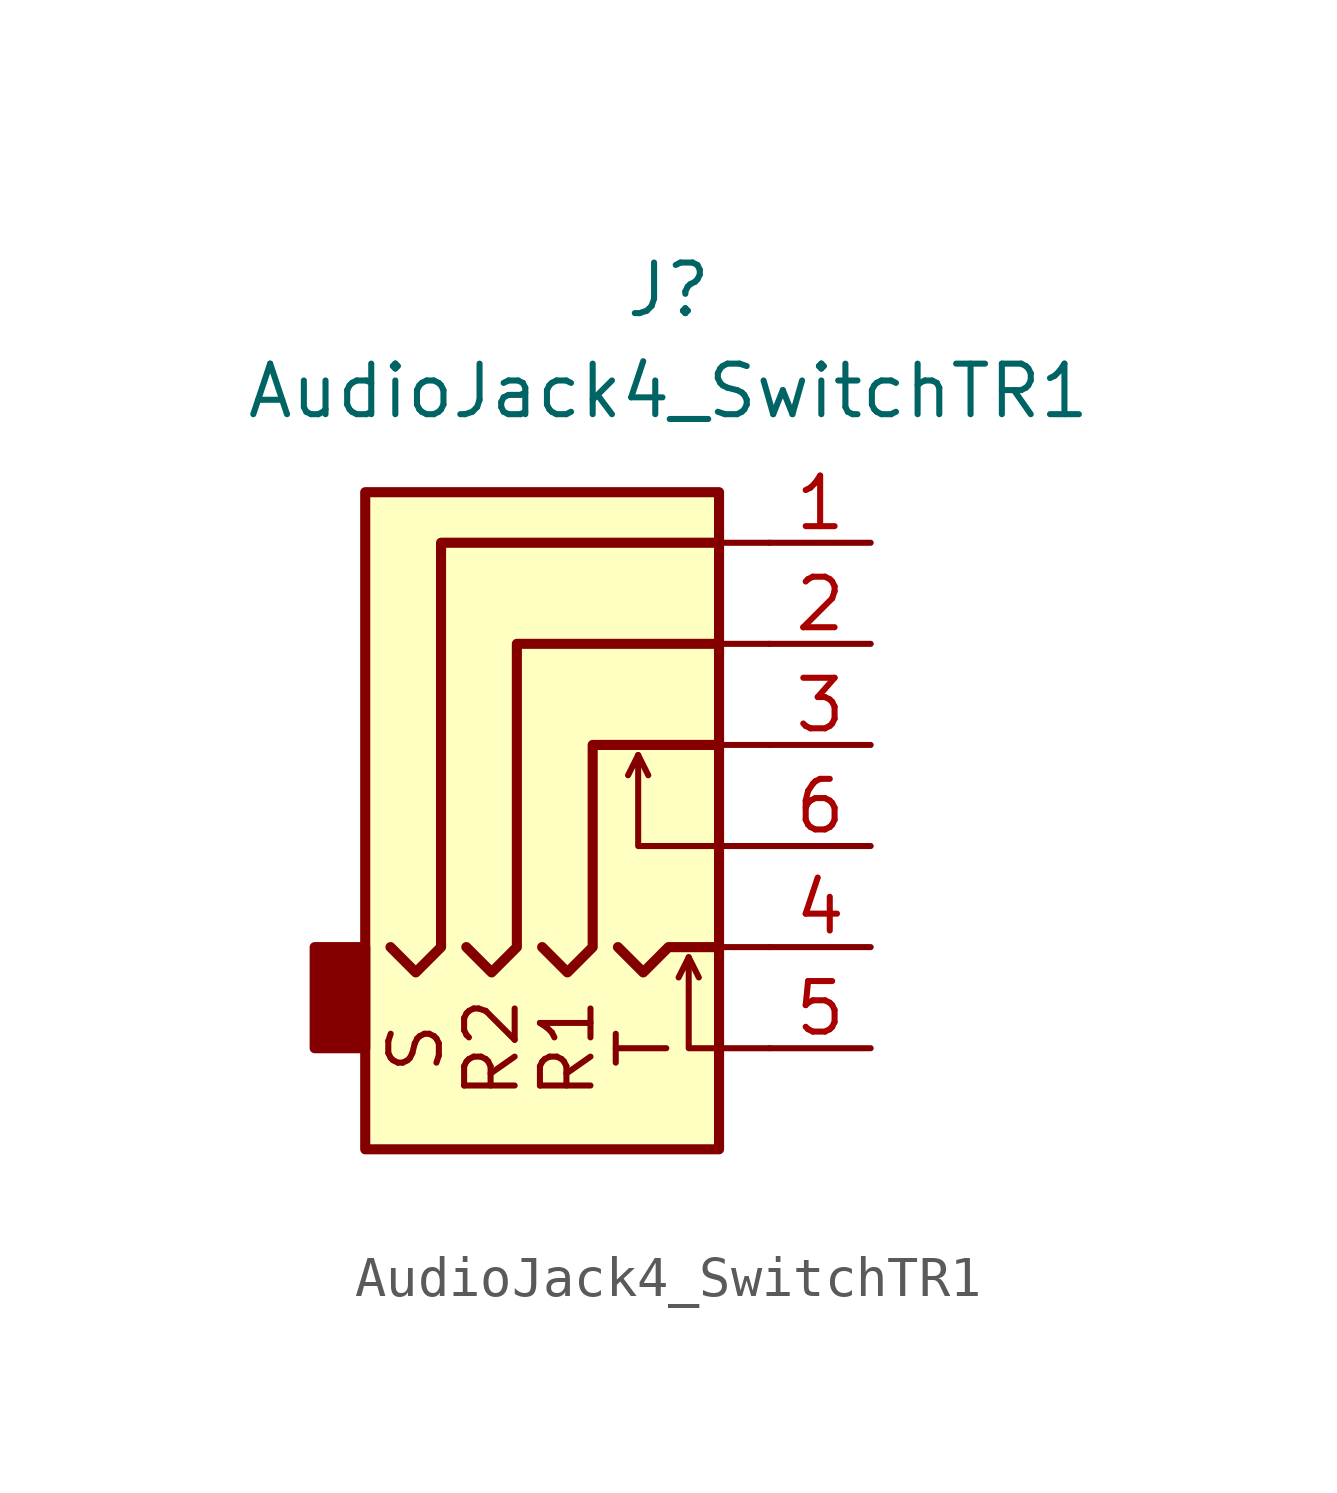
<source format=kicad_sym>
(kicad_symbol_lib
  (version 20211014)
  (generator kicad_symbol_editor)
  (symbol "AudioJack4_SwitchTR1"
    (pin_names hide)
    (property "Reference" "J"
      (at 0 11.43 0)
      (effects (font (size 1.27 1.27))))
    (property "Value" "AudioJack4_SwitchTR1"
      (at 0 8.89 0)
      (effects (font (size 1.27 1.27))))
    (symbol "AudioJack4_SwitchTR1_0_0"
      (text "R1" (at -2.54 -7.62 900) (effects (font (size 1.27 1.27))))
      (text "R2" (at -4.445 -7.62 900) (effects (font (size 1.27 1.27))))
      (text "S" (at -6.35 -7.62 900) (effects (font (size 1.27 1.27))))
      (text "T" (at -0.635 -7.62 900) (effects (font (size 1.27 1.27)))))
    (symbol "AudioJack4_SwitchTR1_0_1"
      (rectangle (start -7.62 -5.08) (end -8.89 -7.62) (stroke (width 0.254) (type default) (color 0 0 0 0)) (fill (type outline)))
      (polyline (pts (xy 1.27 -5.08) (xy 2.54 -5.08)) (stroke (width 0) (type default) (color 0 0 0 0)) (fill (type none)))
      (polyline (pts (xy 1.27 2.54) (xy 2.54 2.54)) (stroke (width 0) (type default) (color 0 0 0 0)) (fill (type none)))
      (polyline (pts (xy 2.54 0) (xy 1.27 0)) (stroke (width 0) (type default) (color 0 0 0 0)) (fill (type none)))
      (polyline (pts (xy 2.54 5.08) (xy 1.27 5.08)) (stroke (width 0) (type default) (color 0 0 0 0)) (fill (type none)))
      (rectangle (start 1.27 6.35) (end -7.62 -10.16) (stroke (width 0.254) (type default) (color 0 0 0 0)) (fill (type background))))
    (symbol "AudioJack4_SwitchTR1_1_1"
      (polyline (pts (xy -0.762 -0.254) (xy -0.508 -0.762)) (stroke (width 0) (type default) (color 0 0 0 0)) (fill (type none)))
      (polyline (pts (xy 0.508 -5.334) (xy 0.762 -5.842)) (stroke (width 0) (type default) (color 0 0 0 0)) (fill (type none)))
      (polyline (pts (xy -1.27 -5.08) (xy -0.635 -5.715) (xy 0 -5.08) (xy 1.27 -5.08)) (stroke (width 0.254) (type default) (color 0 0 0 0)) (fill (type none)))
      (polyline (pts (xy 2.54 -7.62) (xy 0.508 -7.62) (xy 0.508 -5.334) (xy 0.254 -5.842)) (stroke (width 0) (type default) (color 0 0 0 0)) (fill (type none)))
      (polyline (pts (xy 2.54 -2.54) (xy -0.762 -2.54) (xy -0.762 -0.254) (xy -1.016 -0.762)) (stroke (width 0) (type default) (color 0 0 0 0)) (fill (type none)))
      (polyline (pts (xy -3.175 -5.08) (xy -2.54 -5.715) (xy -1.905 -5.08) (xy -1.905 0) (xy 1.27 0)) (stroke (width 0.254) (type default) (color 0 0 0 0)) (fill (type none)))
      (polyline (pts (xy 1.27 2.54) (xy -3.81 2.54) (xy -3.81 -5.08) (xy -4.445 -5.715) (xy -5.08 -5.08)) (stroke (width 0.254) (type default) (color 0 0 0 0)) (fill (type none)))
      (polyline (pts (xy 1.27 5.08) (xy -5.715 5.08) (xy -5.715 -5.08) (xy -6.35 -5.715) (xy -6.985 -5.08)) (stroke (width 0.254) (type default) (color 0 0 0 0)) (fill (type none)))
      (pin passive line (at 5.08 5.08 180) (length 2.54) (name "S" (effects (font (size 1.27 1.27)))) (number "1" (effects (font (size 1.27 1.27)))))
      (pin passive line (at 5.08 2.54 180) (length 2.54) (name "R2" (effects (font (size 1.27 1.27)))) (number "2" (effects (font (size 1.27 1.27)))))
      (pin passive line (at 5.08 0 180) (length 2.54) (name "R1" (effects (font (size 1.27 1.27)))) (number "3" (effects (font (size 1.27 1.27)))))
      (pin passive line (at 5.08 -5.08 180) (length 2.54) (name "T" (effects (font (size 1.27 1.27)))) (number "4" (effects (font (size 1.27 1.27)))))
      (pin passive line (at 5.08 -7.62 180) (length 2.54) (name "TN" (effects (font (size 1.27 1.27)))) (number "5" (effects (font (size 1.27 1.27)))))
      (pin passive line (at 5.08 -2.54 180) (length 2.54) (name "R1N" (effects (font (size 1.27 1.27)))) (number "6" (effects (font (size 1.27 1.27))))))))
</source>
